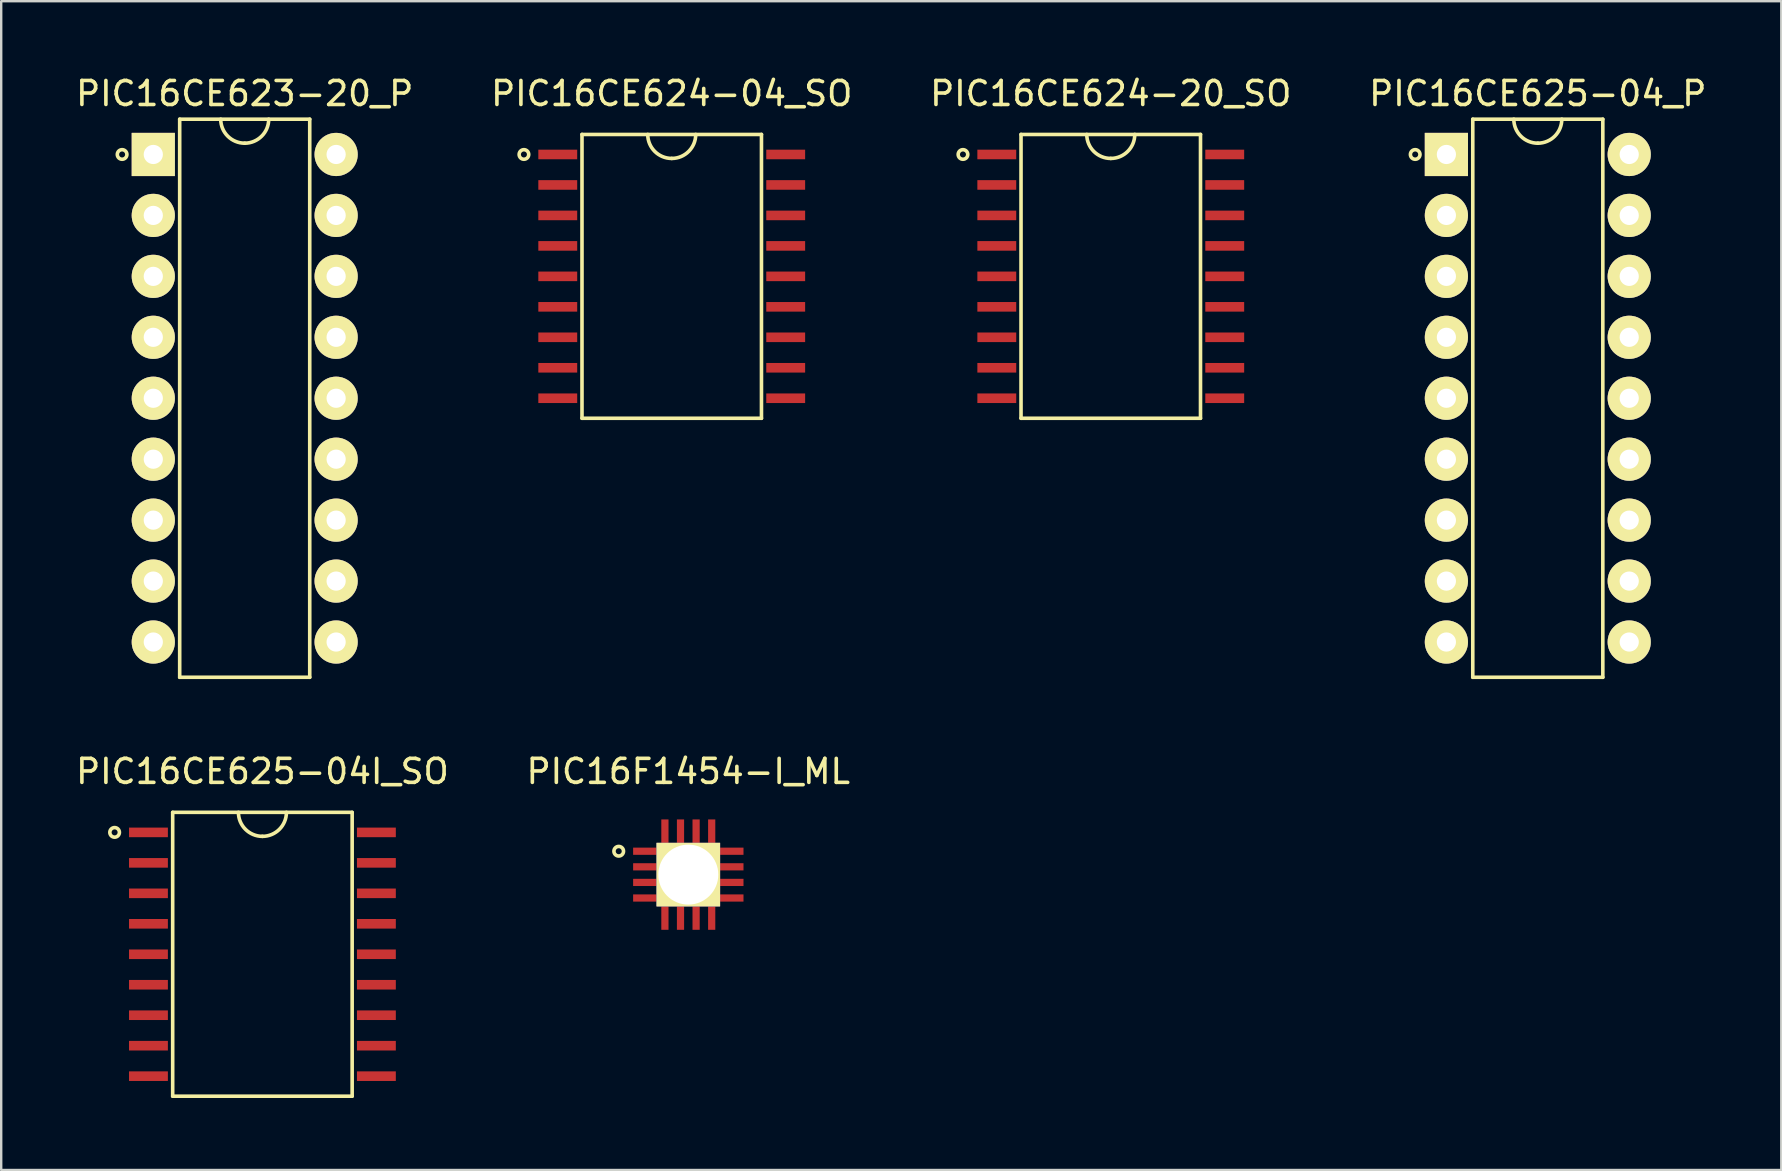
<source format=kicad_pcb>
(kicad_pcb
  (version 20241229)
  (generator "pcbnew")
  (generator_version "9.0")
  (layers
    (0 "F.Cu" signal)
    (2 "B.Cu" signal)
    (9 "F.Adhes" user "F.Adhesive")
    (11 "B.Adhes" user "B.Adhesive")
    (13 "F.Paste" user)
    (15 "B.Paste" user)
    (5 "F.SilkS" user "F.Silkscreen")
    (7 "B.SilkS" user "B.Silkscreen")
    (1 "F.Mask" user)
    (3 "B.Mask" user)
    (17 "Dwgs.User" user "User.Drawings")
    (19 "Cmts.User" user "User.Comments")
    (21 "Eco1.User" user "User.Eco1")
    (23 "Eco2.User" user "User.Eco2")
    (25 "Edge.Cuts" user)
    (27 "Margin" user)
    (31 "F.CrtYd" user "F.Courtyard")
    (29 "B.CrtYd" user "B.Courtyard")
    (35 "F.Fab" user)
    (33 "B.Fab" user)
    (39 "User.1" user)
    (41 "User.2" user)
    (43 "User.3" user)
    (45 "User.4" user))
  (footprint "PIC16F1454-I_ML"
    (layer "F.Cu")
    (at 23.837 31.602)
    (property "Reference" "PIC16F1454-I_ML" (at 1.8 -2.5 0) (layer "F.SilkS") (effects (font (size 1 1) (thickness 0.15))))
    (attr through_hole)
    (fp_line (start 0.7 0.7) (end 0.7 2.9) (stroke (width 0.15) (type solid)) (layer "F.SilkS"))
    (fp_line (start 0.7 0.7) (end 2.9 0.7) (stroke (width 0.15) (type solid)) (layer "F.SilkS"))
    (fp_line (start 0.7 2.9) (end 2.9 2.9) (stroke (width 0.15) (type solid)) (layer "F.SilkS"))
    (fp_line (start 2.9 2.9) (end 2.9 0.7) (stroke (width 0.15) (type solid)) (layer "F.SilkS"))
    (fp_circle (center -1.1 0.825) (end -1.1 0.625) (stroke (width 0.15) (type solid)) (fill no) (layer "F.SilkS"))
    (fp_circle (center 1.7 1.7) (end 1.7 1.2) (stroke (width 0.15) (type solid)) (fill no) (layer "F.SilkS"))
    (pad "1" smd rect (at 0 0.825) (size 1 0.3) (layers "F.Cu" "F.Mask" "F.Paste"))
    (pad "2" smd rect (at 0 1.475) (size 1 0.3) (layers "F.Cu" "F.Mask" "F.Paste"))
    (pad "3" smd rect (at 0 2.125) (size 1 0.3) (layers "F.Cu" "F.Mask" "F.Paste"))
    (pad "4" smd rect (at 0 2.775) (size 1 0.3) (layers "F.Cu" "F.Mask" "F.Paste"))
    (pad "5" smd rect (at 0.825 3.6) (size 0.3 1) (layers "F.Cu" "F.Mask" "F.Paste"))
    (pad "6" smd rect (at 1.475 3.6) (size 0.3 1) (layers "F.Cu" "F.Mask" "F.Paste"))
    (pad "7" smd rect (at 2.125 3.6) (size 0.3 1) (layers "F.Cu" "F.Mask" "F.Paste"))
    (pad "8" smd rect (at 2.775 3.6) (size 0.3 1) (layers "F.Cu" "F.Mask" "F.Paste"))
    (pad "9" smd rect (at 3.6 2.775) (size 1 0.3) (layers "F.Cu" "F.Mask" "F.Paste"))
    (pad "10" smd rect (at 3.6 2.125) (size 1 0.3) (layers "F.Cu" "F.Mask" "F.Paste"))
    (pad "11" smd rect (at 3.6 1.475) (size 1 0.3) (layers "F.Cu" "F.Mask" "F.Paste"))
    (pad "12" smd rect (at 3.6 0.825) (size 1 0.3) (layers "F.Cu" "F.Mask" "F.Paste"))
    (pad "13" smd rect (at 2.775 0) (size 0.3 1) (layers "F.Cu" "F.Mask" "F.Paste"))
    (pad "14" smd rect (at 2.125 0) (size 0.3 1) (layers "F.Cu" "F.Mask" "F.Paste"))
    (pad "15" smd rect (at 1.475 0) (size 0.3 1) (layers "F.Cu" "F.Mask" "F.Paste"))
    (pad "16" smd rect (at 0.825 0) (size 0.3 1) (layers "F.Cu" "F.Mask" "F.Paste"))
    (pad "999" thru_hole rect (at 1.8 1.8) (size 2.65 2.65) (drill 2.5) (layers "*.Cu" "*.Mask" "F.SilkS")))
  (footprint "PIC16CE625-04_P"
    (layer "F.Cu")
    (at 57.232 3.388)
    (property "Reference" "PIC16CE625-04_P" (at 3.81 -2.54 0) (layer "F.SilkS") (effects (font (size 1 1) (thickness 0.15))))
    (attr through_hole)
    (fp_line (start 1.1 -1.47) (end 6.52 -1.47) (stroke (width 0.15) (type solid)) (layer "F.SilkS"))
    (fp_line (start 1.1 21.79) (end 1.1 -1.47) (stroke (width 0.15) (type solid)) (layer "F.SilkS"))
    (fp_line (start 6.52 -1.47) (end 6.52 21.79) (stroke (width 0.15) (type solid)) (layer "F.SilkS"))
    (fp_line (start 6.52 21.79) (end 1.1 21.79) (stroke (width 0.15) (type solid)) (layer "F.SilkS"))
    (fp_arc (start 3.81 -0.47) (mid 3.102893 -0.762893) (end 2.81 -1.47) (stroke (width 0.15) (type solid)) (layer "F.SilkS"))
    (fp_arc (start 4.81 -1.47) (mid 4.517107 -0.762893) (end 3.81 -0.47) (stroke (width 0.15) (type solid)) (layer "F.SilkS"))
    (fp_circle (center -1.3 0) (end -1.3 0.2) (stroke (width 0.15) (type solid)) (fill no) (layer "F.SilkS"))
    (pad "1" thru_hole rect (at 0 0) (size 1.8 1.8) (drill 0.8) (layers "*.Cu" "*.Mask" "F.SilkS"))
    (pad "2" thru_hole circle (at 0 2.54) (size 1.8 1.8) (drill 0.8) (layers "*.Cu" "*.Mask" "F.SilkS"))
    (pad "3" thru_hole circle (at 0 5.08) (size 1.8 1.8) (drill 0.8) (layers "*.Cu" "*.Mask" "F.SilkS"))
    (pad "4" thru_hole circle (at 0 7.62) (size 1.8 1.8) (drill 0.8) (layers "*.Cu" "*.Mask" "F.SilkS"))
    (pad "5" thru_hole circle (at 0 10.16) (size 1.8 1.8) (drill 0.8) (layers "*.Cu" "*.Mask" "F.SilkS"))
    (pad "6" thru_hole circle (at 0 12.7) (size 1.8 1.8) (drill 0.8) (layers "*.Cu" "*.Mask" "F.SilkS"))
    (pad "7" thru_hole circle (at 0 15.24) (size 1.8 1.8) (drill 0.8) (layers "*.Cu" "*.Mask" "F.SilkS"))
    (pad "8" thru_hole circle (at 0 17.78) (size 1.8 1.8) (drill 0.8) (layers "*.Cu" "*.Mask" "F.SilkS"))
    (pad "9" thru_hole circle (at 0 20.32) (size 1.8 1.8) (drill 0.8) (layers "*.Cu" "*.Mask" "F.SilkS"))
    (pad "10" thru_hole circle (at 7.62 20.32) (size 1.8 1.8) (drill 0.8) (layers "*.Cu" "*.Mask" "F.SilkS"))
    (pad "11" thru_hole circle (at 7.62 17.78) (size 1.8 1.8) (drill 0.8) (layers "*.Cu" "*.Mask" "F.SilkS"))
    (pad "12" thru_hole circle (at 7.62 15.24) (size 1.8 1.8) (drill 0.8) (layers "*.Cu" "*.Mask" "F.SilkS"))
    (pad "13" thru_hole circle (at 7.62 12.7) (size 1.8 1.8) (drill 0.8) (layers "*.Cu" "*.Mask" "F.SilkS"))
    (pad "14" thru_hole circle (at 7.62 10.16) (size 1.8 1.8) (drill 0.8) (layers "*.Cu" "*.Mask" "F.SilkS"))
    (pad "15" thru_hole circle (at 7.62 7.62) (size 1.8 1.8) (drill 0.8) (layers "*.Cu" "*.Mask" "F.SilkS"))
    (pad "16" thru_hole circle (at 7.62 5.08) (size 1.8 1.8) (drill 0.8) (layers "*.Cu" "*.Mask" "F.SilkS"))
    (pad "17" thru_hole circle (at 7.62 2.54) (size 1.8 1.8) (drill 0.8) (layers "*.Cu" "*.Mask" "F.SilkS"))
    (pad "18" thru_hole circle (at 7.62 0) (size 1.8 1.8) (drill 0.8) (layers "*.Cu" "*.Mask" "F.SilkS")))
  (footprint "PIC16CE625-04I_SO"
    (layer "F.Cu")
    (at 3.137 31.642)
    (property "Reference" "PIC16CE625-04I_SO" (at 4.75 -2.54 0) (layer "F.SilkS") (effects (font (size 1 1) (thickness 0.15))))
    (attr through_hole)
    (fp_line (start 1.01 -0.835) (end 8.49 -0.835) (stroke (width 0.15) (type solid)) (layer "F.SilkS"))
    (fp_line (start 1.01 10.995) (end 1.01 -0.835) (stroke (width 0.15) (type solid)) (layer "F.SilkS"))
    (fp_line (start 8.49 -0.835) (end 8.49 10.995) (stroke (width 0.15) (type solid)) (layer "F.SilkS"))
    (fp_line (start 8.49 10.995) (end 1.01 10.995) (stroke (width 0.15) (type solid)) (layer "F.SilkS"))
    (fp_arc (start 4.75 0.165) (mid 4.042893 -0.127893) (end 3.75 -0.835) (stroke (width 0.15) (type solid)) (layer "F.SilkS"))
    (fp_arc (start 5.75 -0.835) (mid 5.457107 -0.127893) (end 4.75 0.165) (stroke (width 0.15) (type solid)) (layer "F.SilkS"))
    (fp_circle (center -1.41 0) (end -1.41 0.2) (stroke (width 0.15) (type solid)) (fill no) (layer "F.SilkS"))
    (pad "1" smd rect (at 0 0) (size 1.62 0.4) (layers "F.Cu" "F.Mask" "F.Paste"))
    (pad "2" smd rect (at 0 1.27) (size 1.62 0.4) (layers "F.Cu" "F.Mask" "F.Paste"))
    (pad "3" smd rect (at 0 2.54) (size 1.62 0.4) (layers "F.Cu" "F.Mask" "F.Paste"))
    (pad "4" smd rect (at 0 3.81) (size 1.62 0.4) (layers "F.Cu" "F.Mask" "F.Paste"))
    (pad "5" smd rect (at 0 5.08) (size 1.62 0.4) (layers "F.Cu" "F.Mask" "F.Paste"))
    (pad "6" smd rect (at 0 6.35) (size 1.62 0.4) (layers "F.Cu" "F.Mask" "F.Paste"))
    (pad "7" smd rect (at 0 7.62) (size 1.62 0.4) (layers "F.Cu" "F.Mask" "F.Paste"))
    (pad "8" smd rect (at 0 8.89) (size 1.62 0.4) (layers "F.Cu" "F.Mask" "F.Paste"))
    (pad "9" smd rect (at 0 10.16) (size 1.62 0.4) (layers "F.Cu" "F.Mask" "F.Paste"))
    (pad "10" smd rect (at 9.5 10.16) (size 1.62 0.4) (layers "F.Cu" "F.Mask" "F.Paste"))
    (pad "11" smd rect (at 9.5 8.89) (size 1.62 0.4) (layers "F.Cu" "F.Mask" "F.Paste"))
    (pad "12" smd rect (at 9.5 7.62) (size 1.62 0.4) (layers "F.Cu" "F.Mask" "F.Paste"))
    (pad "13" smd rect (at 9.5 6.35) (size 1.62 0.4) (layers "F.Cu" "F.Mask" "F.Paste"))
    (pad "14" smd rect (at 9.5 5.08) (size 1.62 0.4) (layers "F.Cu" "F.Mask" "F.Paste"))
    (pad "15" smd rect (at 9.5 3.81) (size 1.62 0.4) (layers "F.Cu" "F.Mask" "F.Paste"))
    (pad "16" smd rect (at 9.5 2.54) (size 1.62 0.4) (layers "F.Cu" "F.Mask" "F.Paste"))
    (pad "17" smd rect (at 9.5 1.27) (size 1.62 0.4) (layers "F.Cu" "F.Mask" "F.Paste"))
    (pad "18" smd rect (at 9.5 0) (size 1.62 0.4) (layers "F.Cu" "F.Mask" "F.Paste")))
  (footprint "PIC16CE623-20_P"
    (layer "F.Cu")
    (at 3.339 3.388)
    (property "Reference" "PIC16CE623-20_P" (at 3.81 -2.54 0) (layer "F.SilkS") (effects (font (size 1 1) (thickness 0.15))))
    (attr through_hole)
    (fp_line (start 1.1 -1.47) (end 6.52 -1.47) (stroke (width 0.15) (type solid)) (layer "F.SilkS"))
    (fp_line (start 1.1 21.79) (end 1.1 -1.47) (stroke (width 0.15) (type solid)) (layer "F.SilkS"))
    (fp_line (start 6.52 -1.47) (end 6.52 21.79) (stroke (width 0.15) (type solid)) (layer "F.SilkS"))
    (fp_line (start 6.52 21.79) (end 1.1 21.79) (stroke (width 0.15) (type solid)) (layer "F.SilkS"))
    (fp_arc (start 3.81 -0.47) (mid 3.102893 -0.762893) (end 2.81 -1.47) (stroke (width 0.15) (type solid)) (layer "F.SilkS"))
    (fp_arc (start 4.81 -1.47) (mid 4.517107 -0.762893) (end 3.81 -0.47) (stroke (width 0.15) (type solid)) (layer "F.SilkS"))
    (fp_circle (center -1.3 0) (end -1.3 0.2) (stroke (width 0.15) (type solid)) (fill no) (layer "F.SilkS"))
    (pad "1" thru_hole rect (at 0 0) (size 1.8 1.8) (drill 0.8) (layers "*.Cu" "*.Mask" "F.SilkS"))
    (pad "2" thru_hole circle (at 0 2.54) (size 1.8 1.8) (drill 0.8) (layers "*.Cu" "*.Mask" "F.SilkS"))
    (pad "3" thru_hole circle (at 0 5.08) (size 1.8 1.8) (drill 0.8) (layers "*.Cu" "*.Mask" "F.SilkS"))
    (pad "4" thru_hole circle (at 0 7.62) (size 1.8 1.8) (drill 0.8) (layers "*.Cu" "*.Mask" "F.SilkS"))
    (pad "5" thru_hole circle (at 0 10.16) (size 1.8 1.8) (drill 0.8) (layers "*.Cu" "*.Mask" "F.SilkS"))
    (pad "6" thru_hole circle (at 0 12.7) (size 1.8 1.8) (drill 0.8) (layers "*.Cu" "*.Mask" "F.SilkS"))
    (pad "7" thru_hole circle (at 0 15.24) (size 1.8 1.8) (drill 0.8) (layers "*.Cu" "*.Mask" "F.SilkS"))
    (pad "8" thru_hole circle (at 0 17.78) (size 1.8 1.8) (drill 0.8) (layers "*.Cu" "*.Mask" "F.SilkS"))
    (pad "9" thru_hole circle (at 0 20.32) (size 1.8 1.8) (drill 0.8) (layers "*.Cu" "*.Mask" "F.SilkS"))
    (pad "10" thru_hole circle (at 7.62 20.32) (size 1.8 1.8) (drill 0.8) (layers "*.Cu" "*.Mask" "F.SilkS"))
    (pad "11" thru_hole circle (at 7.62 17.78) (size 1.8 1.8) (drill 0.8) (layers "*.Cu" "*.Mask" "F.SilkS"))
    (pad "12" thru_hole circle (at 7.62 15.24) (size 1.8 1.8) (drill 0.8) (layers "*.Cu" "*.Mask" "F.SilkS"))
    (pad "13" thru_hole circle (at 7.62 12.7) (size 1.8 1.8) (drill 0.8) (layers "*.Cu" "*.Mask" "F.SilkS"))
    (pad "14" thru_hole circle (at 7.62 10.16) (size 1.8 1.8) (drill 0.8) (layers "*.Cu" "*.Mask" "F.SilkS"))
    (pad "15" thru_hole circle (at 7.62 7.62) (size 1.8 1.8) (drill 0.8) (layers "*.Cu" "*.Mask" "F.SilkS"))
    (pad "16" thru_hole circle (at 7.62 5.08) (size 1.8 1.8) (drill 0.8) (layers "*.Cu" "*.Mask" "F.SilkS"))
    (pad "17" thru_hole circle (at 7.62 2.54) (size 1.8 1.8) (drill 0.8) (layers "*.Cu" "*.Mask" "F.SilkS"))
    (pad "18" thru_hole circle (at 7.62 0) (size 1.8 1.8) (drill 0.8) (layers "*.Cu" "*.Mask" "F.SilkS")))
  (footprint "PIC16CE624-04_SO"
    (layer "F.Cu")
    (at 20.196 3.388)
    (property "Reference" "PIC16CE624-04_SO" (at 4.75 -2.54 0) (layer "F.SilkS") (effects (font (size 1 1) (thickness 0.15))))
    (attr through_hole)
    (fp_line (start 1.01 -0.835) (end 8.49 -0.835) (stroke (width 0.15) (type solid)) (layer "F.SilkS"))
    (fp_line (start 1.01 10.995) (end 1.01 -0.835) (stroke (width 0.15) (type solid)) (layer "F.SilkS"))
    (fp_line (start 8.49 -0.835) (end 8.49 10.995) (stroke (width 0.15) (type solid)) (layer "F.SilkS"))
    (fp_line (start 8.49 10.995) (end 1.01 10.995) (stroke (width 0.15) (type solid)) (layer "F.SilkS"))
    (fp_arc (start 4.75 0.165) (mid 4.042893 -0.127893) (end 3.75 -0.835) (stroke (width 0.15) (type solid)) (layer "F.SilkS"))
    (fp_arc (start 5.75 -0.835) (mid 5.457107 -0.127893) (end 4.75 0.165) (stroke (width 0.15) (type solid)) (layer "F.SilkS"))
    (fp_circle (center -1.41 0) (end -1.41 0.2) (stroke (width 0.15) (type solid)) (fill no) (layer "F.SilkS"))
    (pad "1" smd rect (at 0 0) (size 1.62 0.4) (layers "F.Cu" "F.Mask" "F.Paste"))
    (pad "2" smd rect (at 0 1.27) (size 1.62 0.4) (layers "F.Cu" "F.Mask" "F.Paste"))
    (pad "3" smd rect (at 0 2.54) (size 1.62 0.4) (layers "F.Cu" "F.Mask" "F.Paste"))
    (pad "4" smd rect (at 0 3.81) (size 1.62 0.4) (layers "F.Cu" "F.Mask" "F.Paste"))
    (pad "5" smd rect (at 0 5.08) (size 1.62 0.4) (layers "F.Cu" "F.Mask" "F.Paste"))
    (pad "6" smd rect (at 0 6.35) (size 1.62 0.4) (layers "F.Cu" "F.Mask" "F.Paste"))
    (pad "7" smd rect (at 0 7.62) (size 1.62 0.4) (layers "F.Cu" "F.Mask" "F.Paste"))
    (pad "8" smd rect (at 0 8.89) (size 1.62 0.4) (layers "F.Cu" "F.Mask" "F.Paste"))
    (pad "9" smd rect (at 0 10.16) (size 1.62 0.4) (layers "F.Cu" "F.Mask" "F.Paste"))
    (pad "10" smd rect (at 9.5 10.16) (size 1.62 0.4) (layers "F.Cu" "F.Mask" "F.Paste"))
    (pad "11" smd rect (at 9.5 8.89) (size 1.62 0.4) (layers "F.Cu" "F.Mask" "F.Paste"))
    (pad "12" smd rect (at 9.5 7.62) (size 1.62 0.4) (layers "F.Cu" "F.Mask" "F.Paste"))
    (pad "13" smd rect (at 9.5 6.35) (size 1.62 0.4) (layers "F.Cu" "F.Mask" "F.Paste"))
    (pad "14" smd rect (at 9.5 5.08) (size 1.62 0.4) (layers "F.Cu" "F.Mask" "F.Paste"))
    (pad "15" smd rect (at 9.5 3.81) (size 1.62 0.4) (layers "F.Cu" "F.Mask" "F.Paste"))
    (pad "16" smd rect (at 9.5 2.54) (size 1.62 0.4) (layers "F.Cu" "F.Mask" "F.Paste"))
    (pad "17" smd rect (at 9.5 1.27) (size 1.62 0.4) (layers "F.Cu" "F.Mask" "F.Paste"))
    (pad "18" smd rect (at 9.5 0) (size 1.62 0.4) (layers "F.Cu" "F.Mask" "F.Paste")))
  (footprint "PIC16CE624-20_SO"
    (layer "F.Cu")
    (at 38.494 3.388)
    (property "Reference" "PIC16CE624-20_SO" (at 4.75 -2.54 0) (layer "F.SilkS") (effects (font (size 1 1) (thickness 0.15))))
    (attr through_hole)
    (fp_line (start 1.01 -0.835) (end 8.49 -0.835) (stroke (width 0.15) (type solid)) (layer "F.SilkS"))
    (fp_line (start 1.01 10.995) (end 1.01 -0.835) (stroke (width 0.15) (type solid)) (layer "F.SilkS"))
    (fp_line (start 8.49 -0.835) (end 8.49 10.995) (stroke (width 0.15) (type solid)) (layer "F.SilkS"))
    (fp_line (start 8.49 10.995) (end 1.01 10.995) (stroke (width 0.15) (type solid)) (layer "F.SilkS"))
    (fp_arc (start 4.75 0.165) (mid 4.042893 -0.127893) (end 3.75 -0.835) (stroke (width 0.15) (type solid)) (layer "F.SilkS"))
    (fp_arc (start 5.75 -0.835) (mid 5.457107 -0.127893) (end 4.75 0.165) (stroke (width 0.15) (type solid)) (layer "F.SilkS"))
    (fp_circle (center -1.41 0) (end -1.41 0.2) (stroke (width 0.15) (type solid)) (fill no) (layer "F.SilkS"))
    (pad "1" smd rect (at 0 0) (size 1.62 0.4) (layers "F.Cu" "F.Mask" "F.Paste"))
    (pad "2" smd rect (at 0 1.27) (size 1.62 0.4) (layers "F.Cu" "F.Mask" "F.Paste"))
    (pad "3" smd rect (at 0 2.54) (size 1.62 0.4) (layers "F.Cu" "F.Mask" "F.Paste"))
    (pad "4" smd rect (at 0 3.81) (size 1.62 0.4) (layers "F.Cu" "F.Mask" "F.Paste"))
    (pad "5" smd rect (at 0 5.08) (size 1.62 0.4) (layers "F.Cu" "F.Mask" "F.Paste"))
    (pad "6" smd rect (at 0 6.35) (size 1.62 0.4) (layers "F.Cu" "F.Mask" "F.Paste"))
    (pad "7" smd rect (at 0 7.62) (size 1.62 0.4) (layers "F.Cu" "F.Mask" "F.Paste"))
    (pad "8" smd rect (at 0 8.89) (size 1.62 0.4) (layers "F.Cu" "F.Mask" "F.Paste"))
    (pad "9" smd rect (at 0 10.16) (size 1.62 0.4) (layers "F.Cu" "F.Mask" "F.Paste"))
    (pad "10" smd rect (at 9.5 10.16) (size 1.62 0.4) (layers "F.Cu" "F.Mask" "F.Paste"))
    (pad "11" smd rect (at 9.5 8.89) (size 1.62 0.4) (layers "F.Cu" "F.Mask" "F.Paste"))
    (pad "12" smd rect (at 9.5 7.62) (size 1.62 0.4) (layers "F.Cu" "F.Mask" "F.Paste"))
    (pad "13" smd rect (at 9.5 6.35) (size 1.62 0.4) (layers "F.Cu" "F.Mask" "F.Paste"))
    (pad "14" smd rect (at 9.5 5.08) (size 1.62 0.4) (layers "F.Cu" "F.Mask" "F.Paste"))
    (pad "15" smd rect (at 9.5 3.81) (size 1.62 0.4) (layers "F.Cu" "F.Mask" "F.Paste"))
    (pad "16" smd rect (at 9.5 2.54) (size 1.62 0.4) (layers "F.Cu" "F.Mask" "F.Paste"))
    (pad "17" smd rect (at 9.5 1.27) (size 1.62 0.4) (layers "F.Cu" "F.Mask" "F.Paste"))
    (pad "18" smd rect (at 9.5 0) (size 1.62 0.4) (layers "F.Cu" "F.Mask" "F.Paste")))
  (gr_rect
    (start -3 -3)
    (end 71.19 45.712)
    (stroke (width 0.1) (type default))
    (fill no)
    (layer "Edge.Cuts")))
</source>
